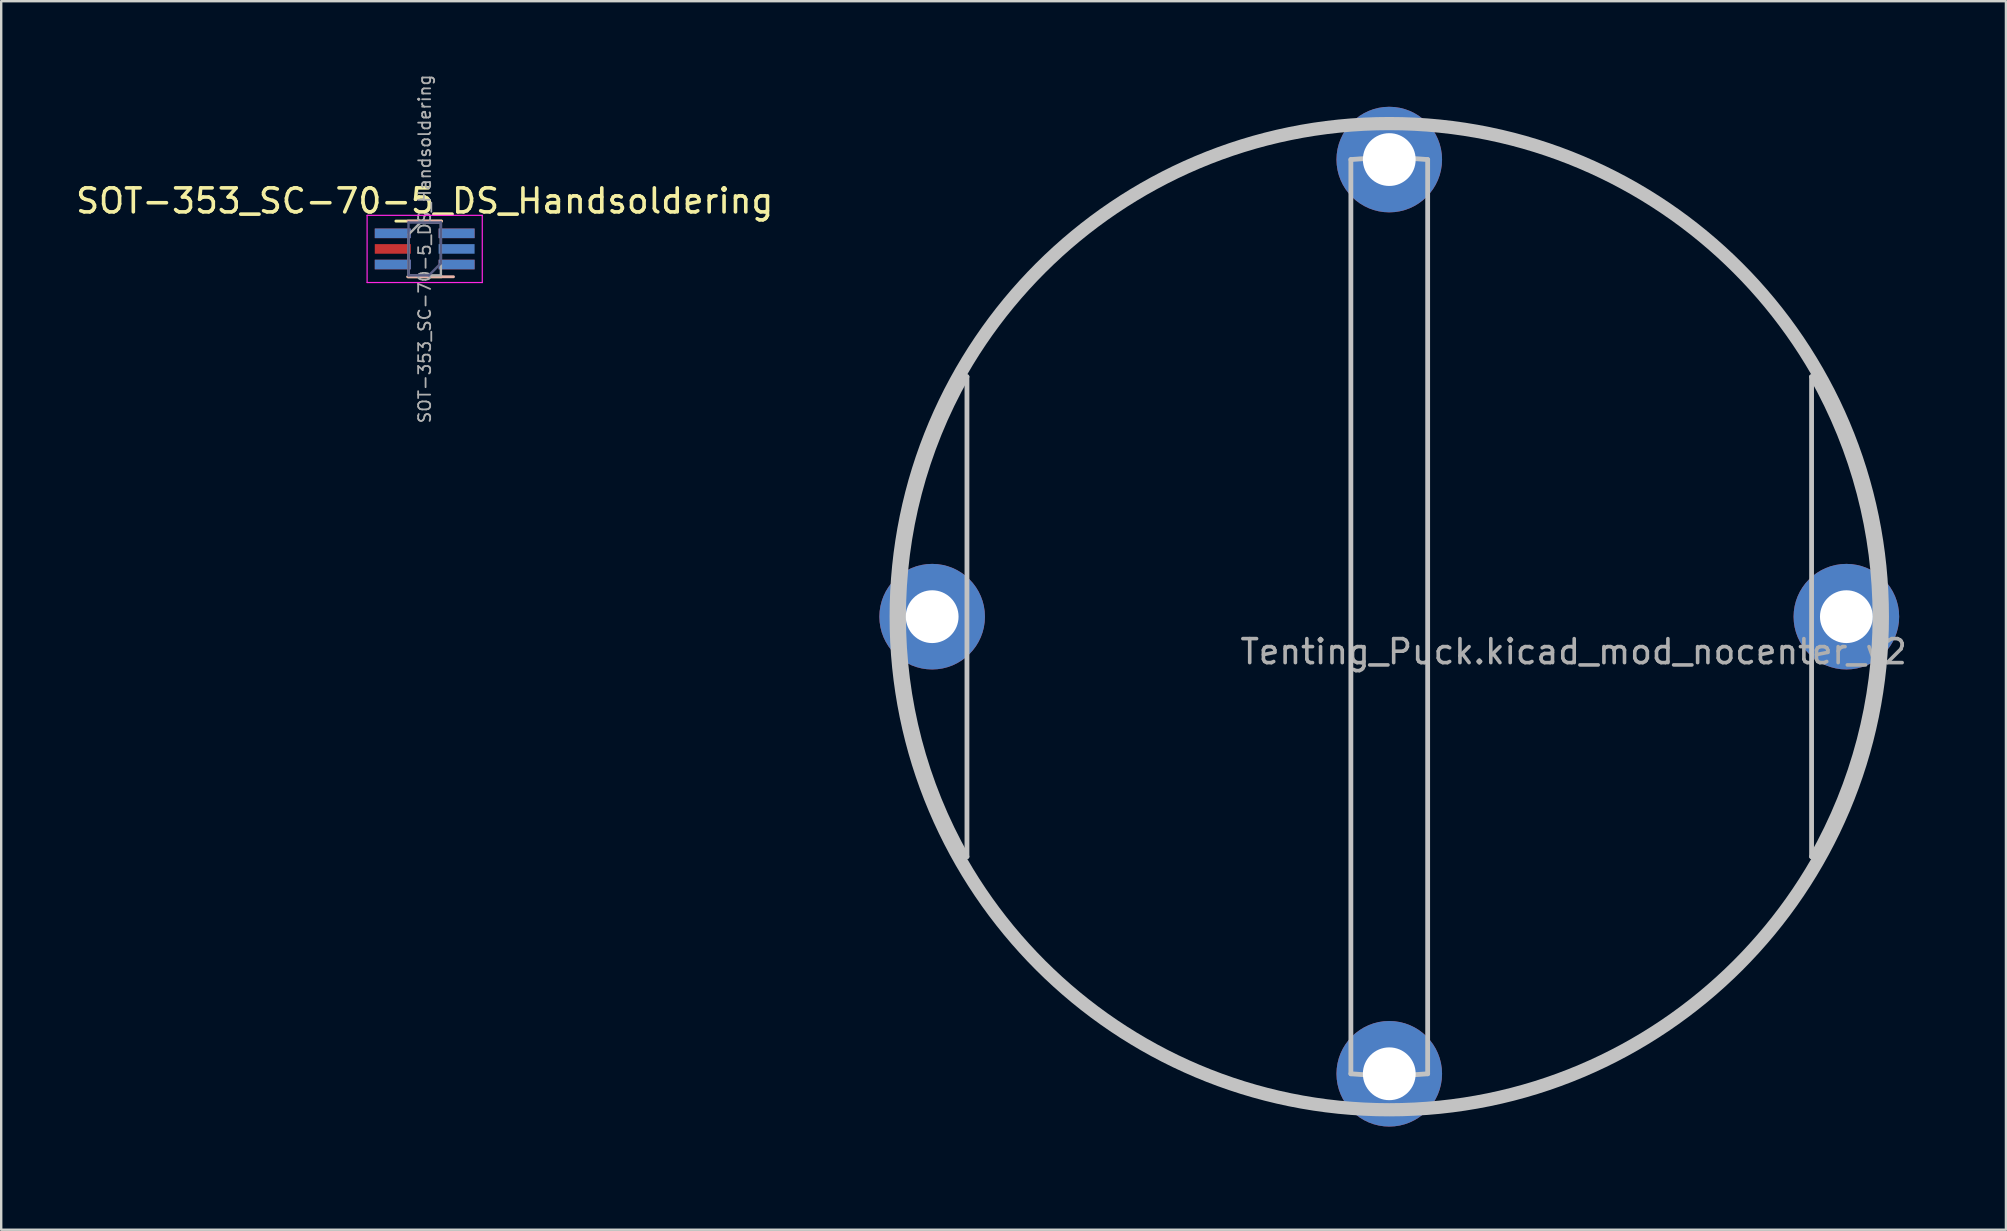
<source format=kicad_pcb>
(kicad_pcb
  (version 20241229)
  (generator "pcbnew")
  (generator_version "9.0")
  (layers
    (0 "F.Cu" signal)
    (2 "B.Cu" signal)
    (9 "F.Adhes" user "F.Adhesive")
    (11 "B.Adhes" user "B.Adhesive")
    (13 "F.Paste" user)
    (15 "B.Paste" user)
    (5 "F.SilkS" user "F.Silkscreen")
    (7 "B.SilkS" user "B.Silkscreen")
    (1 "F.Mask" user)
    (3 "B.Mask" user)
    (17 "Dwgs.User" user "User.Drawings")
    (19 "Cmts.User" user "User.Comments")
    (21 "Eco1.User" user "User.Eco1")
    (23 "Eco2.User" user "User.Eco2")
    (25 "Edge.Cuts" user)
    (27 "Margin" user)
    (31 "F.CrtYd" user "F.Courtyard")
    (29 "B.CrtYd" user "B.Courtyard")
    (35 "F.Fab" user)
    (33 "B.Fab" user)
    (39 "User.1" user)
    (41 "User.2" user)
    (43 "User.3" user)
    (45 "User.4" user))
  (footprint "Tenting_Puck.kicad_mod_nocenter_v2"
    (layer "F.Cu")
    (at 54.848 22.65)
    (property "Reference" "Tenting_Puck.kicad_mod_nocenter_v2" (at 7.684 1.46 0) (layer "F.Fab") (effects (font (size 1 1) (thickness 0.15))))
    (attr through_hole)
    (fp_line (start -17.6 10) (end -17.6 -10) (stroke (width 0.2) (type solid)) (layer "Dwgs.User"))
    (fp_line (start -1.6 19.05) (end -1.6 -19.05) (stroke (width 0.2) (type solid)) (layer "Dwgs.User"))
    (fp_line (start 1.6 19.05) (end 1.6 -19.05) (stroke (width 0.2) (type solid)) (layer "Dwgs.User"))
    (fp_line (start 17.6 10) (end 17.6 -10) (stroke (width 0.2) (type solid)) (layer "Dwgs.User"))
    (fp_arc (start -17.6 10) (mid -20.242529 0) (end -17.6 -10) (stroke (width 0.2) (type default)) (layer "Dwgs.User"))
    (fp_arc (start -1.6 -19.049999) (mid 0 -19.117073) (end 1.6 -19.049999) (stroke (width 0.2) (type default)) (layer "Dwgs.User"))
    (fp_arc (start 1.6 19.049999) (mid 0 19.117073) (end -1.6 19.049999) (stroke (width 0.2) (type default)) (layer "Dwgs.User"))
    (fp_arc (start 17.6 -10) (mid 20.242529 0) (end 17.6 10) (stroke (width 0.2) (type default)) (layer "Dwgs.User"))
    (fp_circle (center 0 0) (end 20.55 0) (stroke (width 0.55) (type solid)) (fill no) (layer "Dwgs.User"))
    (fp_circle (center -19.05 0) (end -17.3 0) (stroke (width 0.12) (type default)) (fill no) (layer "User.3"))
    (fp_circle (center 0 -19.05) (end 1.75 -19.05) (stroke (width 0.12) (type default)) (fill no) (layer "User.3"))
    (fp_circle (center 0 19.05) (end 1.75 19.05) (stroke (width 0.12) (type default)) (fill no) (layer "User.3"))
    (fp_circle (center 19.05 0) (end 20.8 0) (stroke (width 0.12) (type default)) (fill no) (layer "User.3"))
    (fp_circle (center -19.05 0) (end -17.3 0) (stroke (width 0.12) (type default)) (fill no) (layer "User.4"))
    (fp_circle (center 0 -19.05) (end 1.75 -19.05) (stroke (width 0.12) (type default)) (fill no) (layer "User.4"))
    (fp_circle (center 0 19.05) (end 1.75 19.05) (stroke (width 0.12) (type default)) (fill no) (layer "User.4"))
    (fp_circle (center 19.05 0) (end 20.8 0) (stroke (width 0.12) (type default)) (fill no) (layer "User.4"))
    (fp_circle (center 0.125 -0.075) (end 22.625 -0.075) (stroke (width 0.15) (type solid)) (fill no) (layer "User.5"))
    (fp_circle (center 0 0) (end 22.5 0) (stroke (width 0.1) (type solid)) (fill no) (layer "User.6"))
    (fp_circle (center 0 0) (end 22.5 0) (stroke (width 0.1) (type solid)) (fill no) (layer "User.9"))
    (pad "1" thru_hole circle (at -19.05 0) (size 4.4 4.4) (drill 2.2) (layers "*.Cu" "*.Mask"))
    (pad "1" thru_hole circle (at 0 -19.05) (size 4.4 4.4) (drill 2.2) (layers "*.Cu" "*.Mask"))
    (pad "1" thru_hole circle (at 0 19.05) (size 4.4 4.4) (drill 2.2) (layers "*.Cu" "*.Mask"))
    (pad "1" thru_hole circle (at 19.05 0) (size 4.4 4.4) (drill 2.2) (layers "*.Cu" "*.Mask")))
  (footprint "SOT-353_SC-70-5_DS_Handsoldering"
    (layer "F.Cu")
    (at 14.649 7.324)
    (property "Reference" "SOT-353_SC-70-5_DS_Handsoldering" (at 0 -2 0) (layer "F.SilkS") (effects (font (size 1 1) (thickness 0.15))))
    (attr smd)
    (fp_line (start -0.7 1.16) (end 0.7 1.16) (stroke (width 0.12) (type solid)) (layer "F.SilkS"))
    (fp_line (start 0.7 -1.16) (end -1.2 -1.16) (stroke (width 0.12) (type solid)) (layer "F.SilkS"))
    (fp_line (start -0.7 1.16) (end 1.2 1.16) (stroke (width 0.12) (type solid)) (layer "B.SilkS"))
    (fp_line (start 0.7 -1.16) (end -0.7 -1.16) (stroke (width 0.12) (type solid)) (layer "B.SilkS"))
    (fp_line (start -2.4 -1.4) (end -2.4 1.4) (stroke (width 0.05) (type solid)) (layer "F.CrtYd"))
    (fp_line (start -2.4 -1.4) (end 2.4 -1.4) (stroke (width 0.05) (type solid)) (layer "F.CrtYd"))
    (fp_line (start -2.4 1.4) (end 2.4 1.4) (stroke (width 0.05) (type solid)) (layer "F.CrtYd"))
    (fp_line (start 2.4 1.4) (end 2.4 -1.4) (stroke (width 0.05) (type solid)) (layer "F.CrtYd"))
    (fp_line (start -0.675 -1.1) (end 0.675 -1.1) (stroke (width 0.1) (type solid)) (layer "B.Fab"))
    (fp_line (start -0.675 1.1) (end -0.675 -1.1) (stroke (width 0.1) (type solid)) (layer "B.Fab"))
    (fp_line (start -0.675 1.1) (end 0.175 1.1) (stroke (width 0.1) (type solid)) (layer "B.Fab"))
    (fp_line (start 0.175 1.1) (end 0.675 0.6) (stroke (width 0.1) (type solid)) (layer "B.Fab"))
    (fp_line (start 0.675 0.6) (end 0.675 -1.1) (stroke (width 0.1) (type solid)) (layer "B.Fab"))
    (fp_line (start -0.675 -0.6) (end -0.675 1.1) (stroke (width 0.1) (type solid)) (layer "F.Fab"))
    (fp_line (start -0.175 -1.1) (end -0.675 -0.6) (stroke (width 0.1) (type solid)) (layer "F.Fab"))
    (fp_line (start 0.675 -1.1) (end -0.175 -1.1) (stroke (width 0.1) (type solid)) (layer "F.Fab"))
    (fp_line (start 0.675 -1.1) (end 0.675 1.1) (stroke (width 0.1) (type solid)) (layer "F.Fab"))
    (fp_line (start 0.675 1.1) (end -0.675 1.1) (stroke (width 0.1) (type solid)) (layer "F.Fab"))
    (fp_text user "${REFERENCE}" (at 0 0 90) (layer "F.Fab") (effects (font (size 0.5 0.5) (thickness 0.075))))
    (pad "1" smd rect (at -1.33 -0.65) (size 1.5 0.4) (layers "F.Cu" "F.Mask" "F.Paste"))
    (pad "1" smd rect (at 1.33 0.65) (size 1.5 0.4) (layers "B.Cu" "B.Mask" "B.Paste"))
    (pad "2" smd rect (at -1.33 0) (size 1.5 0.4) (layers "F.Cu" "F.Mask" "F.Paste"))
    (pad "2" smd rect (at 1.33 0) (size 1.5 0.4) (layers "B.Cu" "B.Mask" "B.Paste"))
    (pad "3" smd rect (at -1.33 0.65) (size 1.5 0.4) (layers "F.Cu" "F.Mask" "F.Paste"))
    (pad "3" smd rect (at 1.33 -0.65) (size 1.5 0.4) (layers "B.Cu" "B.Mask" "B.Paste"))
    (pad "4" smd rect (at -1.33 -0.65) (size 1.5 0.4) (layers "B.Cu" "B.Mask" "B.Paste"))
    (pad "4" smd rect (at 1.33 0.65) (size 1.5 0.4) (layers "F.Cu" "F.Mask" "F.Paste"))
    (pad "5" smd rect (at -1.33 0.65) (size 1.5 0.4) (layers "B.Cu" "B.Mask" "B.Paste"))
    (pad "5" smd rect (at 1.33 -0.65) (size 1.5 0.4) (layers "F.Cu" "F.Mask" "F.Paste")))
  (gr_rect
    (start -3 -3)
    (end 80.548 48.2)
    (stroke (width 0.1) (type default))
    (fill no)
    (layer "Edge.Cuts")))
</source>
